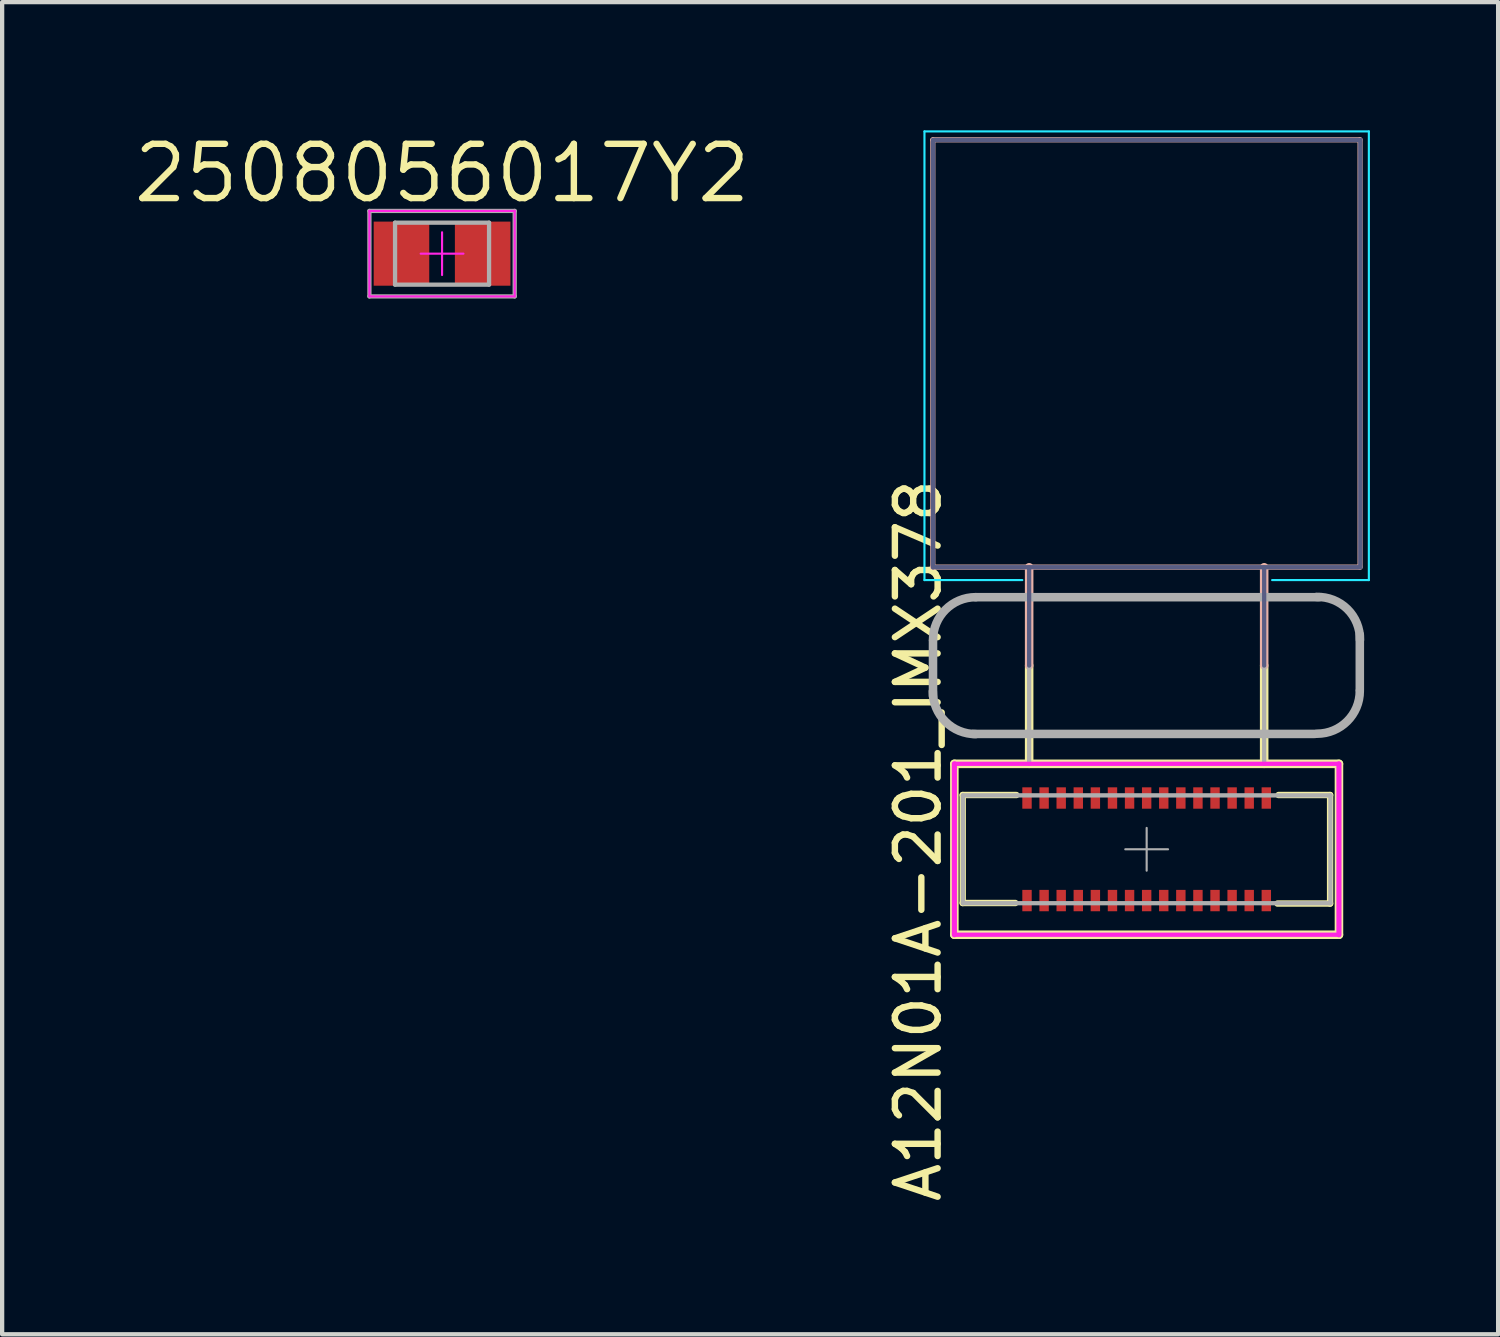
<source format=kicad_pcb>
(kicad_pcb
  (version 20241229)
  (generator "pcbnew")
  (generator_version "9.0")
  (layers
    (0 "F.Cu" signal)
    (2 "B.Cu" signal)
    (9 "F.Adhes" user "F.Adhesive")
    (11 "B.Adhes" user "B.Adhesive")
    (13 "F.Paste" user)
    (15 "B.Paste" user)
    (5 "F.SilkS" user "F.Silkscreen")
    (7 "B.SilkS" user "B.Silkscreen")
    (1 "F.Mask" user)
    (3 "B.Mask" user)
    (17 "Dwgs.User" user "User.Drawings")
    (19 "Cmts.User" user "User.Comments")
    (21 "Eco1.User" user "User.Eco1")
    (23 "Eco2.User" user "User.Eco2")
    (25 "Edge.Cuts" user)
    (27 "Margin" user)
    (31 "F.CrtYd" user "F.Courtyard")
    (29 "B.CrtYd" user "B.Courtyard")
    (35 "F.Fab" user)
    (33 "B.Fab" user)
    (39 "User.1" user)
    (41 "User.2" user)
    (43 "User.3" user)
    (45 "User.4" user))
  (footprint "A12N01A-201_IMX378"
    (layer "F.Cu")
    (at 23.784 16.825)
    (property "Reference" "A12N01A-201_IMX378" (at -5.347 -0.203 90) (layer "F.SilkS") (effects (font (size 1 1) (thickness 0.15))))
    (attr through_hole)
    (fp_line (start -4.5 -2) (end -4.5 2) (stroke (width 0.2) (type solid)) (layer "F.SilkS"))
    (fp_line (start -4.5 2) (end 4.5 2) (stroke (width 0.2) (type solid)) (layer "F.SilkS"))
    (fp_line (start -4.305 -1.27) (end -4.305 1.257) (stroke (width 0.15) (type solid)) (layer "F.SilkS"))
    (fp_line (start -4.305 1.257) (end -3.073 1.257) (stroke (width 0.15) (type solid)) (layer "F.SilkS"))
    (fp_line (start -3.048 -1.27) (end -4.305 -1.27) (stroke (width 0.15) (type solid)) (layer "F.SilkS"))
    (fp_line (start -2.75 -2) (end -2.75 -4.3) (stroke (width 0.2) (type solid)) (layer "F.SilkS"))
    (fp_line (start 2.75 -2) (end 2.75 -4.3) (stroke (width 0.2) (type solid)) (layer "F.SilkS"))
    (fp_line (start 3.086 -1.27) (end 4.293 -1.27) (stroke (width 0.15) (type solid)) (layer "F.SilkS"))
    (fp_line (start 4.293 -1.27) (end 4.293 1.27) (stroke (width 0.15) (type solid)) (layer "F.SilkS"))
    (fp_line (start 4.293 1.27) (end 3.061 1.27) (stroke (width 0.15) (type solid)) (layer "F.SilkS"))
    (fp_line (start 4.5 -2) (end -4.5 -2) (stroke (width 0.2) (type solid)) (layer "F.SilkS"))
    (fp_line (start 4.5 -2) (end 4.5 2) (stroke (width 0.2) (type solid)) (layer "F.SilkS"))
    (fp_line (start -5.004 -16.602) (end 4.994 -16.602) (stroke (width 0.12) (type solid)) (layer "B.SilkS"))
    (fp_line (start -5.004 -6.602) (end -5.004 -16.601) (stroke (width 0.12) (type solid)) (layer "B.SilkS"))
    (fp_line (start -2.75 -4.3) (end -2.75 -6.6) (stroke (width 0.2) (type solid)) (layer "B.SilkS"))
    (fp_line (start 2.75 -4.3) (end 2.75 -6.6) (stroke (width 0.2) (type solid)) (layer "B.SilkS"))
    (fp_line (start 4.994 -6.604) (end -5.004 -6.604) (stroke (width 0.12) (type solid)) (layer "B.SilkS"))
    (fp_line (start 4.994 -6.604) (end 4.994 -16.603) (stroke (width 0.12) (type solid)) (layer "B.SilkS"))
    (fp_line (start -5.2 -16.8) (end 5.2 -16.8) (stroke (width 0.05) (type solid)) (layer "B.CrtYd"))
    (fp_line (start -5.2 -6.3) (end -5.2 -16.8) (stroke (width 0.05) (type solid)) (layer "B.CrtYd"))
    (fp_line (start -2.91 -6.3) (end -5.2 -6.3) (stroke (width 0.05) (type solid)) (layer "B.CrtYd"))
    (fp_line (start 5.2 -16.8) (end 5.2 -6.3) (stroke (width 0.05) (type solid)) (layer "B.CrtYd"))
    (fp_line (start 5.2 -6.3) (end 2.936 -6.3) (stroke (width 0.05) (type solid)) (layer "B.CrtYd"))
    (fp_line (start -4.5 -2) (end -4.5 2) (stroke (width 0.12) (type solid)) (layer "F.CrtYd"))
    (fp_line (start -4.5 -2) (end 4.5 -2) (stroke (width 0.1) (type solid)) (layer "F.CrtYd"))
    (fp_line (start 4.5 -2) (end 4.5 2) (stroke (width 0.12) (type solid)) (layer "F.CrtYd"))
    (fp_line (start 4.5 2) (end -4.5 2) (stroke (width 0.1) (type solid)) (layer "F.CrtYd"))
    (fp_line (start -4.999 -16.599) (end 4.999 -16.599) (stroke (width 0.1) (type solid)) (layer "B.Fab"))
    (fp_line (start -4.999 -6.599) (end -4.999 -16.598) (stroke (width 0.1) (type solid)) (layer "B.Fab"))
    (fp_line (start -2.75 -4.3) (end -2.75 -6.6) (stroke (width 0.1) (type solid)) (layer "B.Fab"))
    (fp_line (start 2.75 -4.3) (end 2.75 -6.6) (stroke (width 0.1) (type solid)) (layer "B.Fab"))
    (fp_line (start 4.999 -6.601) (end -4.999 -6.601) (stroke (width 0.1) (type solid)) (layer "B.Fab"))
    (fp_line (start 4.999 -6.601) (end 4.999 -16.6) (stroke (width 0.1) (type solid)) (layer "B.Fab"))
    (fp_line (start -5 -4.877) (end -5 -3.581) (stroke (width 0.2) (type solid)) (layer "F.Fab"))
    (fp_line (start -4.3 -1.262) (end 4.3 -1.262) (stroke (width 0.1) (type solid)) (layer "F.Fab"))
    (fp_line (start -4.3 1.262) (end -4.3 -1.262) (stroke (width 0.1) (type solid)) (layer "F.Fab"))
    (fp_line (start -4 -5.9) (end 4.039 -5.9) (stroke (width 0.2) (type solid)) (layer "F.Fab"))
    (fp_line (start -2.75 -2) (end -2.75 -4.3) (stroke (width 0.1) (type solid)) (layer "F.Fab"))
    (fp_line (start -0.5 0) (end 0.5 0) (stroke (width 0.05) (type solid)) (layer "F.Fab"))
    (fp_line (start 0 0.5) (end 0 -0.5) (stroke (width 0.05) (type solid)) (layer "F.Fab"))
    (fp_line (start 2.75 -2) (end 2.75 -4.3) (stroke (width 0.1) (type solid)) (layer "F.Fab"))
    (fp_line (start 3.937 -2.7) (end -4.064 -2.7) (stroke (width 0.2) (type solid)) (layer "F.Fab"))
    (fp_line (start 4.3 -1.262) (end 4.3 1.262) (stroke (width 0.1) (type solid)) (layer "F.Fab"))
    (fp_line (start 4.3 1.262) (end -4.3 1.262) (stroke (width 0.1) (type solid)) (layer "F.Fab"))
    (fp_line (start 4.988 -3.728) (end 4.988 -5.024) (stroke (width 0.2) (type solid)) (layer "F.Fab"))
    (fp_arc (start -5 -4.9) (mid -4.707107 -5.607107) (end -4 -5.9) (stroke (width 0.2) (type solid)) (layer "F.Fab"))
    (fp_arc (start -4.000309 -2.695706) (mid -4.709672 -2.98736) (end -5.0038 -3.6957) (stroke (width 0.2) (type solid)) (layer "F.Fab"))
    (fp_arc (start 3.975112 -5.905096) (mid 4.697511 -5.620852) (end 4.9911 -4.9022) (stroke (width 0.2) (type solid)) (layer "F.Fab"))
    (fp_arc (start 4.9878 -3.7051) (mid 4.694907 -2.997993) (end 3.9878 -2.7051) (stroke (width 0.2) (type solid)) (layer "F.Fab"))
    (pad "1" smd rect (at -2.8 1.2) (size 0.22 0.5) (layers "F.Cu" "F.Mask" "F.Paste"))
    (pad "2" smd rect (at -2.4 1.2) (size 0.22 0.5) (layers "F.Cu" "F.Mask" "F.Paste"))
    (pad "3" smd rect (at -2 1.2) (size 0.22 0.5) (layers "F.Cu" "F.Mask" "F.Paste"))
    (pad "4" smd rect (at -1.6 1.2) (size 0.22 0.5) (layers "F.Cu" "F.Mask" "F.Paste"))
    (pad "5" smd rect (at -1.2 1.2) (size 0.22 0.5) (layers "F.Cu" "F.Mask" "F.Paste"))
    (pad "6" smd rect (at -0.8 1.2) (size 0.22 0.5) (layers "F.Cu" "F.Mask" "F.Paste"))
    (pad "7" smd rect (at -0.4 1.2) (size 0.22 0.5) (layers "F.Cu" "F.Mask" "F.Paste"))
    (pad "8" smd rect (at 0 1.2) (size 0.22 0.5) (layers "F.Cu" "F.Mask" "F.Paste"))
    (pad "9" smd rect (at 0.4 1.2) (size 0.22 0.5) (layers "F.Cu" "F.Mask" "F.Paste"))
    (pad "10" smd rect (at 0.8 1.2) (size 0.22 0.5) (layers "F.Cu" "F.Mask" "F.Paste"))
    (pad "11" smd rect (at 1.2 1.2) (size 0.22 0.5) (layers "F.Cu" "F.Mask" "F.Paste"))
    (pad "12" smd rect (at 1.6 1.2) (size 0.22 0.5) (layers "F.Cu" "F.Mask" "F.Paste"))
    (pad "13" smd rect (at 2 1.2) (size 0.22 0.5) (layers "F.Cu" "F.Mask" "F.Paste"))
    (pad "14" smd rect (at 2.4 1.2) (size 0.22 0.5) (layers "F.Cu" "F.Mask" "F.Paste"))
    (pad "15" smd rect (at 2.8 1.2) (size 0.22 0.5) (layers "F.Cu" "F.Mask" "F.Paste"))
    (pad "16" smd rect (at 2.8 -1.2) (size 0.22 0.5) (layers "F.Cu" "F.Mask" "F.Paste"))
    (pad "17" smd rect (at 2.4 -1.2) (size 0.22 0.5) (layers "F.Cu" "F.Mask" "F.Paste"))
    (pad "18" smd rect (at 2 -1.2) (size 0.22 0.5) (layers "F.Cu" "F.Mask" "F.Paste"))
    (pad "19" smd rect (at 1.6 -1.2) (size 0.22 0.5) (layers "F.Cu" "F.Mask" "F.Paste"))
    (pad "20" smd rect (at 1.2 -1.2) (size 0.22 0.5) (layers "F.Cu" "F.Mask" "F.Paste"))
    (pad "21" smd rect (at 0.8 -1.2) (size 0.22 0.5) (layers "F.Cu" "F.Mask" "F.Paste"))
    (pad "22" smd rect (at 0.4 -1.2) (size 0.22 0.5) (layers "F.Cu" "F.Mask" "F.Paste"))
    (pad "23" smd rect (at 0 -1.2) (size 0.22 0.5) (layers "F.Cu" "F.Mask" "F.Paste"))
    (pad "24" smd rect (at -0.4 -1.2) (size 0.22 0.5) (layers "F.Cu" "F.Mask" "F.Paste"))
    (pad "25" smd rect (at -0.8 -1.2) (size 0.22 0.5) (layers "F.Cu" "F.Mask" "F.Paste"))
    (pad "26" smd rect (at -1.2 -1.2) (size 0.22 0.5) (layers "F.Cu" "F.Mask" "F.Paste"))
    (pad "27" smd rect (at -1.6 -1.2) (size 0.22 0.5) (layers "F.Cu" "F.Mask" "F.Paste"))
    (pad "28" smd rect (at -2 -1.2) (size 0.22 0.5) (layers "F.Cu" "F.Mask" "F.Paste"))
    (pad "29" smd rect (at -2.4 -1.2) (size 0.22 0.5) (layers "F.Cu" "F.Mask" "F.Paste"))
    (pad "30" smd rect (at -2.8 -1.2) (size 0.22 0.5) (layers "F.Cu" "F.Mask" "F.Paste")))
  (footprint "2508056017Y2"
    (layer "F.Cu")
    (at 7.295 2.886)
    (property "Reference" "2508056017Y2" (at 0 -1.88 0) (layer "F.SilkS") (effects (font (size 1.27 1.27) (thickness 0.15))))
    (attr through_hole)
    (fp_line (start -1.7 -1) (end 1.7 -1) (stroke (width 0.05) (type solid)) (layer "F.CrtYd"))
    (fp_line (start -1.7 1) (end -1.7 -1) (stroke (width 0.05) (type solid)) (layer "F.CrtYd"))
    (fp_line (start -1.7 1) (end 1.7 1) (stroke (width 0.05) (type solid)) (layer "F.CrtYd"))
    (fp_line (start -0.5 0) (end 0.5 0) (stroke (width 0.05) (type solid)) (layer "F.CrtYd"))
    (fp_line (start 0 0.5) (end 0 -0.5) (stroke (width 0.05) (type solid)) (layer "F.CrtYd"))
    (fp_line (start 1.7 1) (end 1.7 -1) (stroke (width 0.05) (type solid)) (layer "F.CrtYd"))
    (fp_line (start -1.7 -1) (end 1.7 -1) (stroke (width 0.1) (type solid)) (layer "F.Fab"))
    (fp_line (start -1.7 1) (end -1.7 -1) (stroke (width 0.1) (type solid)) (layer "F.Fab"))
    (fp_line (start -1.7 1) (end 1.7 1) (stroke (width 0.1) (type solid)) (layer "F.Fab"))
    (fp_line (start -1.1 -0.725) (end 1.1 -0.725) (stroke (width 0.1) (type solid)) (layer "F.Fab"))
    (fp_line (start -1.1 0.725) (end -1.1 -0.725) (stroke (width 0.1) (type solid)) (layer "F.Fab"))
    (fp_line (start -1.1 0.725) (end 1.1 0.725) (stroke (width 0.1) (type solid)) (layer "F.Fab"))
    (fp_line (start 1.1 0.725) (end 1.1 -0.725) (stroke (width 0.1) (type solid)) (layer "F.Fab"))
    (fp_line (start 1.7 1) (end 1.7 -1) (stroke (width 0.1) (type solid)) (layer "F.Fab"))
    (pad "1" smd rect (at -0.95 0) (size 1.3 1.5) (layers "F.Cu" "F.Mask" "F.Paste"))
    (pad "2" smd rect (at 0.95 0) (size 1.3 1.5) (layers "F.Cu" "F.Mask" "F.Paste")))
  (gr_rect
    (start -3 -3)
    (end 32.009 28.175)
    (stroke (width 0.1) (type default))
    (fill no)
    (layer "Edge.Cuts")))
</source>
